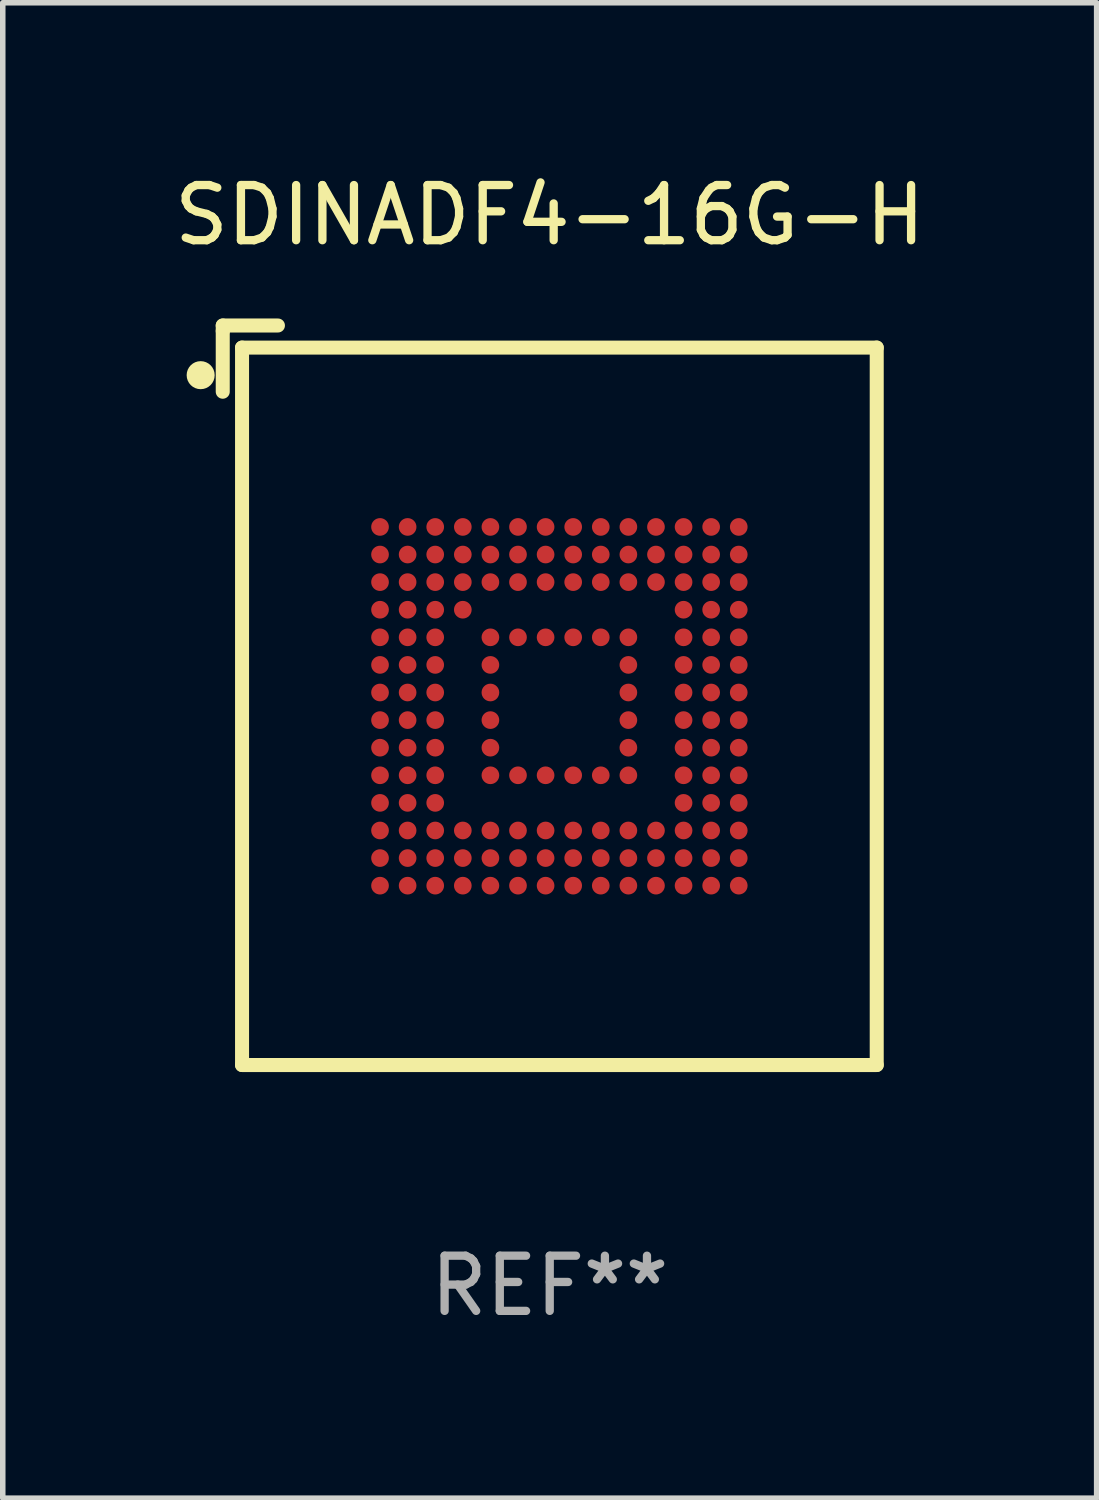
<source format=kicad_pcb>
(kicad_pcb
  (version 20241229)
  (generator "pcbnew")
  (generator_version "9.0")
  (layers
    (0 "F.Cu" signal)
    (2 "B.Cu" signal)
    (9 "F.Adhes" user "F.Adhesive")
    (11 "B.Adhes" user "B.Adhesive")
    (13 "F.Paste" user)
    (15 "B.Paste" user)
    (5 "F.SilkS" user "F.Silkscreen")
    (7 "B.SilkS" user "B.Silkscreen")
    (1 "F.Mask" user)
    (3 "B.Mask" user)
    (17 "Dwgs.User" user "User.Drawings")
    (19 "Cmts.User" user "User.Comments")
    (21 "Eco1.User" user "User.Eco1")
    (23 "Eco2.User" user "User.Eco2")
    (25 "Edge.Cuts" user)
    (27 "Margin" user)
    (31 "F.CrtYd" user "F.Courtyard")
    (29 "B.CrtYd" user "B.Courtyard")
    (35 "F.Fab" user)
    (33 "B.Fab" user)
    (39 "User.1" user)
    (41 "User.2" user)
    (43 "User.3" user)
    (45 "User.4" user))
  (footprint "SDINADF4-16G-H"
    (layer "F.Cu")
    (at 6.911 9.548)
    (property "Reference" "SDINADF4-16G-H" (at 0 -8.7 0) (layer "F.SilkS") (effects (font (size 1 1) (thickness 0.15))))
    (attr through_hole)
    (fp_line (start -5.925 -6.7) (end -4.925 -6.7) (stroke (width 0.254) (type solid)) (layer "F.SilkS"))
    (fp_line (start -5.925 -6.6) (end -5.925 -6.7) (stroke (width 0.254) (type solid)) (layer "F.SilkS"))
    (fp_line (start -5.925 -5.5) (end -5.925 -6.6) (stroke (width 0.254) (type solid)) (layer "F.SilkS"))
    (fp_line (start -5.575 -6.3) (end -5.575 6.7) (stroke (width 0.254) (type solid)) (layer "F.SilkS"))
    (fp_line (start 5.925 -6.3) (end -5.575 -6.3) (stroke (width 0.254) (type solid)) (layer "F.SilkS"))
    (fp_line (start 5.925 -6.3) (end 5.925 6.7) (stroke (width 0.254) (type solid)) (layer "F.SilkS"))
    (fp_line (start 5.925 6.7) (end -5.575 6.7) (stroke (width 0.254) (type solid)) (layer "F.SilkS"))
    (fp_circle (center -6.325 -5.8) (end -6.198 -5.8) (stroke (width 0.254) (type solid)) (fill no) (layer "F.SilkS"))
    (fp_text user "REF**" (at 0 10.7 0) (layer "F.Fab") (effects (font (size 1 1) (thickness 0.15))))
    (pad "A1" smd circle (at -3.075 -3.05) (size 0.32 0.32) (layers "F.Cu" "F.Mask" "F.Paste"))
    (pad "A2" smd circle (at -2.575 -3.05) (size 0.32 0.32) (layers "F.Cu" "F.Mask" "F.Paste"))
    (pad "A3" smd circle (at -2.075 -3.05) (size 0.32 0.32) (layers "F.Cu" "F.Mask" "F.Paste"))
    (pad "A4" smd circle (at -1.575 -3.05) (size 0.32 0.32) (layers "F.Cu" "F.Mask" "F.Paste"))
    (pad "A5" smd circle (at -1.075 -3.05) (size 0.32 0.32) (layers "F.Cu" "F.Mask" "F.Paste"))
    (pad "A6" smd circle (at -0.575 -3.05) (size 0.32 0.32) (layers "F.Cu" "F.Mask" "F.Paste"))
    (pad "A7" smd circle (at -0.075 -3.05) (size 0.32 0.32) (layers "F.Cu" "F.Mask" "F.Paste"))
    (pad "A8" smd circle (at 0.425 -3.05) (size 0.32 0.32) (layers "F.Cu" "F.Mask" "F.Paste"))
    (pad "A9" smd circle (at 0.925 -3.05) (size 0.32 0.32) (layers "F.Cu" "F.Mask" "F.Paste"))
    (pad "A10" smd circle (at 1.425 -3.05) (size 0.32 0.32) (layers "F.Cu" "F.Mask" "F.Paste"))
    (pad "A11" smd circle (at 1.925 -3.05) (size 0.32 0.32) (layers "F.Cu" "F.Mask" "F.Paste"))
    (pad "A12" smd circle (at 2.425 -3.05) (size 0.32 0.32) (layers "F.Cu" "F.Mask" "F.Paste"))
    (pad "A13" smd circle (at 2.925 -3.05) (size 0.32 0.32) (layers "F.Cu" "F.Mask" "F.Paste"))
    (pad "A14" smd circle (at 3.425 -3.05) (size 0.32 0.32) (layers "F.Cu" "F.Mask" "F.Paste"))
    (pad "B1" smd circle (at -3.075 -2.55) (size 0.32 0.32) (layers "F.Cu" "F.Mask" "F.Paste"))
    (pad "B2" smd circle (at -2.575 -2.55) (size 0.32 0.32) (layers "F.Cu" "F.Mask" "F.Paste"))
    (pad "B3" smd circle (at -2.075 -2.55) (size 0.32 0.32) (layers "F.Cu" "F.Mask" "F.Paste"))
    (pad "B4" smd circle (at -1.575 -2.55) (size 0.32 0.32) (layers "F.Cu" "F.Mask" "F.Paste"))
    (pad "B5" smd circle (at -1.075 -2.55) (size 0.32 0.32) (layers "F.Cu" "F.Mask" "F.Paste"))
    (pad "B6" smd circle (at -0.575 -2.55) (size 0.32 0.32) (layers "F.Cu" "F.Mask" "F.Paste"))
    (pad "B7" smd circle (at -0.075 -2.55) (size 0.32 0.32) (layers "F.Cu" "F.Mask" "F.Paste"))
    (pad "B8" smd circle (at 0.425 -2.55) (size 0.32 0.32) (layers "F.Cu" "F.Mask" "F.Paste"))
    (pad "B9" smd circle (at 0.925 -2.55) (size 0.32 0.32) (layers "F.Cu" "F.Mask" "F.Paste"))
    (pad "B10" smd circle (at 1.425 -2.55) (size 0.32 0.32) (layers "F.Cu" "F.Mask" "F.Paste"))
    (pad "B11" smd circle (at 1.925 -2.55) (size 0.32 0.32) (layers "F.Cu" "F.Mask" "F.Paste"))
    (pad "B12" smd circle (at 2.425 -2.55) (size 0.32 0.32) (layers "F.Cu" "F.Mask" "F.Paste"))
    (pad "B13" smd circle (at 2.925 -2.55) (size 0.32 0.32) (layers "F.Cu" "F.Mask" "F.Paste"))
    (pad "B14" smd circle (at 3.425 -2.55) (size 0.32 0.32) (layers "F.Cu" "F.Mask" "F.Paste"))
    (pad "C1" smd circle (at -3.075 -2.05) (size 0.32 0.32) (layers "F.Cu" "F.Mask" "F.Paste"))
    (pad "C2" smd circle (at -2.575 -2.05) (size 0.32 0.32) (layers "F.Cu" "F.Mask" "F.Paste"))
    (pad "C3" smd circle (at -2.075 -2.05) (size 0.32 0.32) (layers "F.Cu" "F.Mask" "F.Paste"))
    (pad "C4" smd circle (at -1.575 -2.05) (size 0.32 0.32) (layers "F.Cu" "F.Mask" "F.Paste"))
    (pad "C5" smd circle (at -1.075 -2.05) (size 0.32 0.32) (layers "F.Cu" "F.Mask" "F.Paste"))
    (pad "C6" smd circle (at -0.575 -2.05) (size 0.32 0.32) (layers "F.Cu" "F.Mask" "F.Paste"))
    (pad "C7" smd circle (at -0.075 -2.05) (size 0.32 0.32) (layers "F.Cu" "F.Mask" "F.Paste"))
    (pad "C8" smd circle (at 0.425 -2.05) (size 0.32 0.32) (layers "F.Cu" "F.Mask" "F.Paste"))
    (pad "C9" smd circle (at 0.925 -2.05) (size 0.32 0.32) (layers "F.Cu" "F.Mask" "F.Paste"))
    (pad "C10" smd circle (at 1.425 -2.05) (size 0.32 0.32) (layers "F.Cu" "F.Mask" "F.Paste"))
    (pad "C11" smd circle (at 1.925 -2.05) (size 0.32 0.32) (layers "F.Cu" "F.Mask" "F.Paste"))
    (pad "C12" smd circle (at 2.425 -2.05) (size 0.32 0.32) (layers "F.Cu" "F.Mask" "F.Paste"))
    (pad "C13" smd circle (at 2.925 -2.05) (size 0.32 0.32) (layers "F.Cu" "F.Mask" "F.Paste"))
    (pad "C14" smd circle (at 3.425 -2.05) (size 0.32 0.32) (layers "F.Cu" "F.Mask" "F.Paste"))
    (pad "D1" smd circle (at -3.075 -1.55) (size 0.32 0.32) (layers "F.Cu" "F.Mask" "F.Paste"))
    (pad "D2" smd circle (at -2.575 -1.55) (size 0.32 0.32) (layers "F.Cu" "F.Mask" "F.Paste"))
    (pad "D3" smd circle (at -2.075 -1.55) (size 0.32 0.32) (layers "F.Cu" "F.Mask" "F.Paste"))
    (pad "D4" smd circle (at -1.575 -1.55) (size 0.32 0.32) (layers "F.Cu" "F.Mask" "F.Paste"))
    (pad "D12" smd circle (at 2.425 -1.55) (size 0.32 0.32) (layers "F.Cu" "F.Mask" "F.Paste"))
    (pad "D13" smd circle (at 2.925 -1.55) (size 0.32 0.32) (layers "F.Cu" "F.Mask" "F.Paste"))
    (pad "D14" smd circle (at 3.425 -1.55) (size 0.32 0.32) (layers "F.Cu" "F.Mask" "F.Paste"))
    (pad "E1" smd circle (at -3.075 -1.05) (size 0.32 0.32) (layers "F.Cu" "F.Mask" "F.Paste"))
    (pad "E2" smd circle (at -2.575 -1.05) (size 0.32 0.32) (layers "F.Cu" "F.Mask" "F.Paste"))
    (pad "E3" smd circle (at -2.075 -1.05) (size 0.32 0.32) (layers "F.Cu" "F.Mask" "F.Paste"))
    (pad "E5" smd circle (at -1.075 -1.05) (size 0.32 0.32) (layers "F.Cu" "F.Mask" "F.Paste"))
    (pad "E6" smd circle (at -0.575 -1.05) (size 0.32 0.32) (layers "F.Cu" "F.Mask" "F.Paste"))
    (pad "E7" smd circle (at -0.075 -1.05) (size 0.32 0.32) (layers "F.Cu" "F.Mask" "F.Paste"))
    (pad "E8" smd circle (at 0.425 -1.05) (size 0.32 0.32) (layers "F.Cu" "F.Mask" "F.Paste"))
    (pad "E9" smd circle (at 0.925 -1.05) (size 0.32 0.32) (layers "F.Cu" "F.Mask" "F.Paste"))
    (pad "E10" smd circle (at 1.425 -1.05) (size 0.32 0.32) (layers "F.Cu" "F.Mask" "F.Paste"))
    (pad "E12" smd circle (at 2.425 -1.05) (size 0.32 0.32) (layers "F.Cu" "F.Mask" "F.Paste"))
    (pad "E13" smd circle (at 2.925 -1.05) (size 0.32 0.32) (layers "F.Cu" "F.Mask" "F.Paste"))
    (pad "E14" smd circle (at 3.425 -1.05) (size 0.32 0.32) (layers "F.Cu" "F.Mask" "F.Paste"))
    (pad "F1" smd circle (at -3.075 -0.55) (size 0.32 0.32) (layers "F.Cu" "F.Mask" "F.Paste"))
    (pad "F2" smd circle (at -2.575 -0.55) (size 0.32 0.32) (layers "F.Cu" "F.Mask" "F.Paste"))
    (pad "F3" smd circle (at -2.075 -0.55) (size 0.32 0.32) (layers "F.Cu" "F.Mask" "F.Paste"))
    (pad "F5" smd circle (at -1.075 -0.55) (size 0.32 0.32) (layers "F.Cu" "F.Mask" "F.Paste"))
    (pad "F10" smd circle (at 1.425 -0.55) (size 0.32 0.32) (layers "F.Cu" "F.Mask" "F.Paste"))
    (pad "F12" smd circle (at 2.425 -0.55) (size 0.32 0.32) (layers "F.Cu" "F.Mask" "F.Paste"))
    (pad "F13" smd circle (at 2.925 -0.55) (size 0.32 0.32) (layers "F.Cu" "F.Mask" "F.Paste"))
    (pad "F14" smd circle (at 3.425 -0.55) (size 0.32 0.32) (layers "F.Cu" "F.Mask" "F.Paste"))
    (pad "G1" smd circle (at -3.075 -0.05) (size 0.32 0.32) (layers "F.Cu" "F.Mask" "F.Paste"))
    (pad "G2" smd circle (at -2.575 -0.05) (size 0.32 0.32) (layers "F.Cu" "F.Mask" "F.Paste"))
    (pad "G3" smd circle (at -2.075 -0.05) (size 0.32 0.32) (layers "F.Cu" "F.Mask" "F.Paste"))
    (pad "G5" smd circle (at -1.075 -0.05) (size 0.32 0.32) (layers "F.Cu" "F.Mask" "F.Paste"))
    (pad "G10" smd circle (at 1.425 -0.05) (size 0.32 0.32) (layers "F.Cu" "F.Mask" "F.Paste"))
    (pad "G12" smd circle (at 2.425 -0.05) (size 0.32 0.32) (layers "F.Cu" "F.Mask" "F.Paste"))
    (pad "G13" smd circle (at 2.925 -0.05) (size 0.32 0.32) (layers "F.Cu" "F.Mask" "F.Paste"))
    (pad "G14" smd circle (at 3.425 -0.05) (size 0.32 0.32) (layers "F.Cu" "F.Mask" "F.Paste"))
    (pad "H1" smd circle (at -3.075 0.45) (size 0.32 0.32) (layers "F.Cu" "F.Mask" "F.Paste"))
    (pad "H2" smd circle (at -2.575 0.45) (size 0.32 0.32) (layers "F.Cu" "F.Mask" "F.Paste"))
    (pad "H3" smd circle (at -2.075 0.45) (size 0.32 0.32) (layers "F.Cu" "F.Mask" "F.Paste"))
    (pad "H5" smd circle (at -1.075 0.45) (size 0.32 0.32) (layers "F.Cu" "F.Mask" "F.Paste"))
    (pad "H10" smd circle (at 1.425 0.45) (size 0.32 0.32) (layers "F.Cu" "F.Mask" "F.Paste"))
    (pad "H12" smd circle (at 2.425 0.45) (size 0.32 0.32) (layers "F.Cu" "F.Mask" "F.Paste"))
    (pad "H13" smd circle (at 2.925 0.45) (size 0.32 0.32) (layers "F.Cu" "F.Mask" "F.Paste"))
    (pad "H14" smd circle (at 3.425 0.45) (size 0.32 0.32) (layers "F.Cu" "F.Mask" "F.Paste"))
    (pad "J1" smd circle (at -3.075 0.95) (size 0.32 0.32) (layers "F.Cu" "F.Mask" "F.Paste"))
    (pad "J2" smd circle (at -2.575 0.95) (size 0.32 0.32) (layers "F.Cu" "F.Mask" "F.Paste"))
    (pad "J3" smd circle (at -2.075 0.95) (size 0.32 0.32) (layers "F.Cu" "F.Mask" "F.Paste"))
    (pad "J5" smd circle (at -1.075 0.95) (size 0.32 0.32) (layers "F.Cu" "F.Mask" "F.Paste"))
    (pad "J10" smd circle (at 1.425 0.95) (size 0.32 0.32) (layers "F.Cu" "F.Mask" "F.Paste"))
    (pad "J12" smd circle (at 2.425 0.95) (size 0.32 0.32) (layers "F.Cu" "F.Mask" "F.Paste"))
    (pad "J13" smd circle (at 2.925 0.95) (size 0.32 0.32) (layers "F.Cu" "F.Mask" "F.Paste"))
    (pad "J14" smd circle (at 3.425 0.95) (size 0.32 0.32) (layers "F.Cu" "F.Mask" "F.Paste"))
    (pad "K1" smd circle (at -3.075 1.45) (size 0.32 0.32) (layers "F.Cu" "F.Mask" "F.Paste"))
    (pad "K2" smd circle (at -2.575 1.45) (size 0.32 0.32) (layers "F.Cu" "F.Mask" "F.Paste"))
    (pad "K3" smd circle (at -2.075 1.45) (size 0.32 0.32) (layers "F.Cu" "F.Mask" "F.Paste"))
    (pad "K5" smd circle (at -1.075 1.45) (size 0.32 0.32) (layers "F.Cu" "F.Mask" "F.Paste"))
    (pad "K6" smd circle (at -0.575 1.45) (size 0.32 0.32) (layers "F.Cu" "F.Mask" "F.Paste"))
    (pad "K7" smd circle (at -0.075 1.45) (size 0.32 0.32) (layers "F.Cu" "F.Mask" "F.Paste"))
    (pad "K8" smd circle (at 0.425 1.45) (size 0.32 0.32) (layers "F.Cu" "F.Mask" "F.Paste"))
    (pad "K9" smd circle (at 0.925 1.45) (size 0.32 0.32) (layers "F.Cu" "F.Mask" "F.Paste"))
    (pad "K10" smd circle (at 1.425 1.45) (size 0.32 0.32) (layers "F.Cu" "F.Mask" "F.Paste"))
    (pad "K12" smd circle (at 2.425 1.45) (size 0.32 0.32) (layers "F.Cu" "F.Mask" "F.Paste"))
    (pad "K13" smd circle (at 2.925 1.45) (size 0.32 0.32) (layers "F.Cu" "F.Mask" "F.Paste"))
    (pad "K14" smd circle (at 3.425 1.45) (size 0.32 0.32) (layers "F.Cu" "F.Mask" "F.Paste"))
    (pad "L1" smd circle (at -3.075 1.95) (size 0.32 0.32) (layers "F.Cu" "F.Mask" "F.Paste"))
    (pad "L2" smd circle (at -2.575 1.95) (size 0.32 0.32) (layers "F.Cu" "F.Mask" "F.Paste"))
    (pad "L3" smd circle (at -2.075 1.95) (size 0.32 0.32) (layers "F.Cu" "F.Mask" "F.Paste"))
    (pad "L12" smd circle (at 2.425 1.95) (size 0.32 0.32) (layers "F.Cu" "F.Mask" "F.Paste"))
    (pad "L13" smd circle (at 2.925 1.95) (size 0.32 0.32) (layers "F.Cu" "F.Mask" "F.Paste"))
    (pad "L14" smd circle (at 3.425 1.95) (size 0.32 0.32) (layers "F.Cu" "F.Mask" "F.Paste"))
    (pad "M1" smd circle (at -3.075 2.45) (size 0.32 0.32) (layers "F.Cu" "F.Mask" "F.Paste"))
    (pad "M2" smd circle (at -2.575 2.45) (size 0.32 0.32) (layers "F.Cu" "F.Mask" "F.Paste"))
    (pad "M3" smd circle (at -2.075 2.45) (size 0.32 0.32) (layers "F.Cu" "F.Mask" "F.Paste"))
    (pad "M4" smd circle (at -1.575 2.45) (size 0.32 0.32) (layers "F.Cu" "F.Mask" "F.Paste"))
    (pad "M5" smd circle (at -1.075 2.45) (size 0.32 0.32) (layers "F.Cu" "F.Mask" "F.Paste"))
    (pad "M6" smd circle (at -0.575 2.45) (size 0.32 0.32) (layers "F.Cu" "F.Mask" "F.Paste"))
    (pad "M7" smd circle (at -0.075 2.45) (size 0.32 0.32) (layers "F.Cu" "F.Mask" "F.Paste"))
    (pad "M8" smd circle (at 0.425 2.45) (size 0.32 0.32) (layers "F.Cu" "F.Mask" "F.Paste"))
    (pad "M9" smd circle (at 0.925 2.45) (size 0.32 0.32) (layers "F.Cu" "F.Mask" "F.Paste"))
    (pad "M10" smd circle (at 1.425 2.45) (size 0.32 0.32) (layers "F.Cu" "F.Mask" "F.Paste"))
    (pad "M11" smd circle (at 1.925 2.45) (size 0.32 0.32) (layers "F.Cu" "F.Mask" "F.Paste"))
    (pad "M12" smd circle (at 2.425 2.45) (size 0.32 0.32) (layers "F.Cu" "F.Mask" "F.Paste"))
    (pad "M13" smd circle (at 2.925 2.45) (size 0.32 0.32) (layers "F.Cu" "F.Mask" "F.Paste"))
    (pad "M14" smd circle (at 3.425 2.45) (size 0.32 0.32) (layers "F.Cu" "F.Mask" "F.Paste"))
    (pad "N1" smd circle (at -3.075 2.95) (size 0.32 0.32) (layers "F.Cu" "F.Mask" "F.Paste"))
    (pad "N2" smd circle (at -2.575 2.95) (size 0.32 0.32) (layers "F.Cu" "F.Mask" "F.Paste"))
    (pad "N3" smd circle (at -2.075 2.95) (size 0.32 0.32) (layers "F.Cu" "F.Mask" "F.Paste"))
    (pad "N4" smd circle (at -1.575 2.95) (size 0.32 0.32) (layers "F.Cu" "F.Mask" "F.Paste"))
    (pad "N5" smd circle (at -1.075 2.95) (size 0.32 0.32) (layers "F.Cu" "F.Mask" "F.Paste"))
    (pad "N6" smd circle (at -0.575 2.95) (size 0.32 0.32) (layers "F.Cu" "F.Mask" "F.Paste"))
    (pad "N7" smd circle (at -0.075 2.95) (size 0.32 0.32) (layers "F.Cu" "F.Mask" "F.Paste"))
    (pad "N8" smd circle (at 0.425 2.95) (size 0.32 0.32) (layers "F.Cu" "F.Mask" "F.Paste"))
    (pad "N9" smd circle (at 0.925 2.95) (size 0.32 0.32) (layers "F.Cu" "F.Mask" "F.Paste"))
    (pad "N10" smd circle (at 1.425 2.95) (size 0.32 0.32) (layers "F.Cu" "F.Mask" "F.Paste"))
    (pad "N11" smd circle (at 1.925 2.95) (size 0.32 0.32) (layers "F.Cu" "F.Mask" "F.Paste"))
    (pad "N12" smd circle (at 2.425 2.95) (size 0.32 0.32) (layers "F.Cu" "F.Mask" "F.Paste"))
    (pad "N13" smd circle (at 2.925 2.95) (size 0.32 0.32) (layers "F.Cu" "F.Mask" "F.Paste"))
    (pad "N14" smd circle (at 3.425 2.95) (size 0.32 0.32) (layers "F.Cu" "F.Mask" "F.Paste"))
    (pad "P1" smd circle (at -3.075 3.45) (size 0.32 0.32) (layers "F.Cu" "F.Mask" "F.Paste"))
    (pad "P2" smd circle (at -2.575 3.45) (size 0.32 0.32) (layers "F.Cu" "F.Mask" "F.Paste"))
    (pad "P3" smd circle (at -2.075 3.45) (size 0.32 0.32) (layers "F.Cu" "F.Mask" "F.Paste"))
    (pad "P4" smd circle (at -1.575 3.45) (size 0.32 0.32) (layers "F.Cu" "F.Mask" "F.Paste"))
    (pad "P5" smd circle (at -1.075 3.45) (size 0.32 0.32) (layers "F.Cu" "F.Mask" "F.Paste"))
    (pad "P6" smd circle (at -0.575 3.45) (size 0.32 0.32) (layers "F.Cu" "F.Mask" "F.Paste"))
    (pad "P7" smd circle (at -0.075 3.45) (size 0.32 0.32) (layers "F.Cu" "F.Mask" "F.Paste"))
    (pad "P8" smd circle (at 0.425 3.45) (size 0.32 0.32) (layers "F.Cu" "F.Mask" "F.Paste"))
    (pad "P9" smd circle (at 0.925 3.45) (size 0.32 0.32) (layers "F.Cu" "F.Mask" "F.Paste"))
    (pad "P10" smd circle (at 1.425 3.45) (size 0.32 0.32) (layers "F.Cu" "F.Mask" "F.Paste"))
    (pad "P11" smd circle (at 1.925 3.45) (size 0.32 0.32) (layers "F.Cu" "F.Mask" "F.Paste"))
    (pad "P12" smd circle (at 2.425 3.45) (size 0.32 0.32) (layers "F.Cu" "F.Mask" "F.Paste"))
    (pad "P13" smd circle (at 2.925 3.45) (size 0.32 0.32) (layers "F.Cu" "F.Mask" "F.Paste"))
    (pad "P14" smd circle (at 3.425 3.45) (size 0.32 0.32) (layers "F.Cu" "F.Mask" "F.Paste")))
  (gr_rect
    (start -3 -3)
    (end 16.821 24.096)
    (stroke (width 0.1) (type default))
    (fill no)
    (layer "Edge.Cuts")))
</source>
